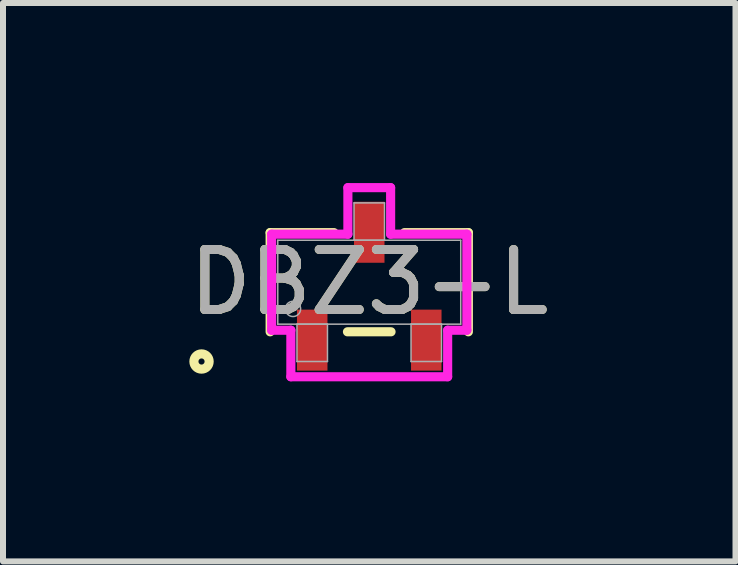
<source format=kicad_pcb>
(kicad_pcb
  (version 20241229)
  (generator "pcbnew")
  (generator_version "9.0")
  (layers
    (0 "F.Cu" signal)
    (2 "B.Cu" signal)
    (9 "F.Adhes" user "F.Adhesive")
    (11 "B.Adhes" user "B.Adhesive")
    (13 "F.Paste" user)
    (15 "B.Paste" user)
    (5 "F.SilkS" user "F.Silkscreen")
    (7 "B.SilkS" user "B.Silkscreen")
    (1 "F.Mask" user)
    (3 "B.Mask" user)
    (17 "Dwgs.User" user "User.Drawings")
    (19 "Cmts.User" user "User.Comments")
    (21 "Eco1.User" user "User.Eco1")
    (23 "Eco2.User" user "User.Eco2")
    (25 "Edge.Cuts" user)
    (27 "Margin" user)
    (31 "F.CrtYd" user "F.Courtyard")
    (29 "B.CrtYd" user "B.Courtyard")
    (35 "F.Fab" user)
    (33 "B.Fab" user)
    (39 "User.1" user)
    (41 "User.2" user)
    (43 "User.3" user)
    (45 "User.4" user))
  (footprint "DBZ3-L"
    (layer "F.Cu")
    (at 3.101 1.651)
    (property "Reference" "DBZ3-L" (at 0 0 0) (unlocked yes) (layer "F.SilkS") (effects (font (size 1 1) (thickness 0.15))))
    (attr smd)
    (fp_line (start -1.651 -0.826) (end -1.651 0.826) (stroke (width 0.152) (type solid)) (layer "F.SilkS"))
    (fp_line (start -0.587 -0.826) (end -1.651 -0.826) (stroke (width 0.152) (type solid)) (layer "F.SilkS"))
    (fp_line (start -0.363 0.826) (end 0.363 0.826) (stroke (width 0.152) (type solid)) (layer "F.SilkS"))
    (fp_line (start 1.651 -0.826) (end 0.587 -0.826) (stroke (width 0.152) (type solid)) (layer "F.SilkS"))
    (fp_line (start 1.651 0.826) (end 1.651 -0.826) (stroke (width 0.152) (type solid)) (layer "F.SilkS"))
    (fp_circle (center -2.794 1.321) (end -2.667 1.321) (stroke (width 0.152) (type solid)) (fill no) (layer "F.SilkS"))
    (fp_line (start -1.626 -0.8) (end -0.356 -0.8) (stroke (width 0.152) (type solid)) (layer "F.CrtYd"))
    (fp_line (start -1.626 0.8) (end -1.626 -0.8) (stroke (width 0.152) (type solid)) (layer "F.CrtYd"))
    (fp_line (start -1.626 0.8) (end -1.306 0.8) (stroke (width 0.152) (type solid)) (layer "F.CrtYd"))
    (fp_line (start -1.306 0.8) (end -1.306 1.575) (stroke (width 0.152) (type solid)) (layer "F.CrtYd"))
    (fp_line (start -1.306 1.575) (end 1.306 1.575) (stroke (width 0.152) (type solid)) (layer "F.CrtYd"))
    (fp_line (start -0.356 -1.575) (end 0.356 -1.575) (stroke (width 0.152) (type solid)) (layer "F.CrtYd"))
    (fp_line (start -0.356 -0.8) (end -0.356 -1.575) (stroke (width 0.152) (type solid)) (layer "F.CrtYd"))
    (fp_line (start 0.356 -0.8) (end 0.356 -1.575) (stroke (width 0.152) (type solid)) (layer "F.CrtYd"))
    (fp_line (start 1.306 0.8) (end 1.306 1.575) (stroke (width 0.152) (type solid)) (layer "F.CrtYd"))
    (fp_line (start 1.626 -0.8) (end 0.356 -0.8) (stroke (width 0.152) (type solid)) (layer "F.CrtYd"))
    (fp_line (start 1.626 -0.8) (end 1.626 0.8) (stroke (width 0.152) (type solid)) (layer "F.CrtYd"))
    (fp_line (start 1.626 0.8) (end 1.306 0.8) (stroke (width 0.152) (type solid)) (layer "F.CrtYd"))
    (fp_line (start -1.524 -0.699) (end -1.524 0.699) (stroke (width 0.025) (type solid)) (layer "F.Fab"))
    (fp_line (start -1.524 0.699) (end 1.524 0.699) (stroke (width 0.025) (type solid)) (layer "F.Fab"))
    (fp_line (start -1.204 0.699) (end -1.204 1.321) (stroke (width 0.025) (type solid)) (layer "F.Fab"))
    (fp_line (start -1.204 1.321) (end -0.696 1.321) (stroke (width 0.025) (type solid)) (layer "F.Fab"))
    (fp_line (start -0.696 0.699) (end -1.204 0.699) (stroke (width 0.025) (type solid)) (layer "F.Fab"))
    (fp_line (start -0.696 1.321) (end -0.696 0.699) (stroke (width 0.025) (type solid)) (layer "F.Fab"))
    (fp_line (start -0.254 -1.321) (end -0.254 -0.699) (stroke (width 0.025) (type solid)) (layer "F.Fab"))
    (fp_line (start -0.254 -0.699) (end 0.254 -0.699) (stroke (width 0.025) (type solid)) (layer "F.Fab"))
    (fp_line (start 0.254 -1.321) (end -0.254 -1.321) (stroke (width 0.025) (type solid)) (layer "F.Fab"))
    (fp_line (start 0.254 -0.699) (end 0.254 -1.321) (stroke (width 0.025) (type solid)) (layer "F.Fab"))
    (fp_line (start 0.696 0.699) (end 0.696 1.321) (stroke (width 0.025) (type solid)) (layer "F.Fab"))
    (fp_line (start 0.696 1.321) (end 1.204 1.321) (stroke (width 0.025) (type solid)) (layer "F.Fab"))
    (fp_line (start 1.204 0.699) (end 0.696 0.699) (stroke (width 0.025) (type solid)) (layer "F.Fab"))
    (fp_line (start 1.204 1.321) (end 1.204 0.699) (stroke (width 0.025) (type solid)) (layer "F.Fab"))
    (fp_line (start 1.524 -0.699) (end -1.524 -0.699) (stroke (width 0.025) (type solid)) (layer "F.Fab"))
    (fp_line (start 1.524 0.699) (end 1.524 -0.699) (stroke (width 0.025) (type solid)) (layer "F.Fab"))
    (fp_circle (center -1.27 0.445) (end -1.143 0.445) (stroke (width 0.025) (type solid)) (fill no) (layer "F.Fab"))
    (fp_text user "${REFERENCE}" (at 0 0 0) (unlocked yes) (layer "F.Fab") (effects (font (size 1 1) (thickness 0.15))))
    (pad "1" smd rect (at -0.95 0.965) (size 0.508 1.016) (layers "F.Cu" "F.Mask" "F.Paste"))
    (pad "2" smd rect (at 0.95 0.965) (size 0.508 1.016) (layers "F.Cu" "F.Mask" "F.Paste"))
    (pad "3" smd rect (at 0 -0.832) (size 0.508 1.016) (layers "F.Cu" "F.Mask" "F.Paste")))
  (gr_rect
    (start -3 -3)
    (end 9.202 6.302)
    (stroke (width 0.1) (type default))
    (fill no)
    (layer "Edge.Cuts")))
</source>
